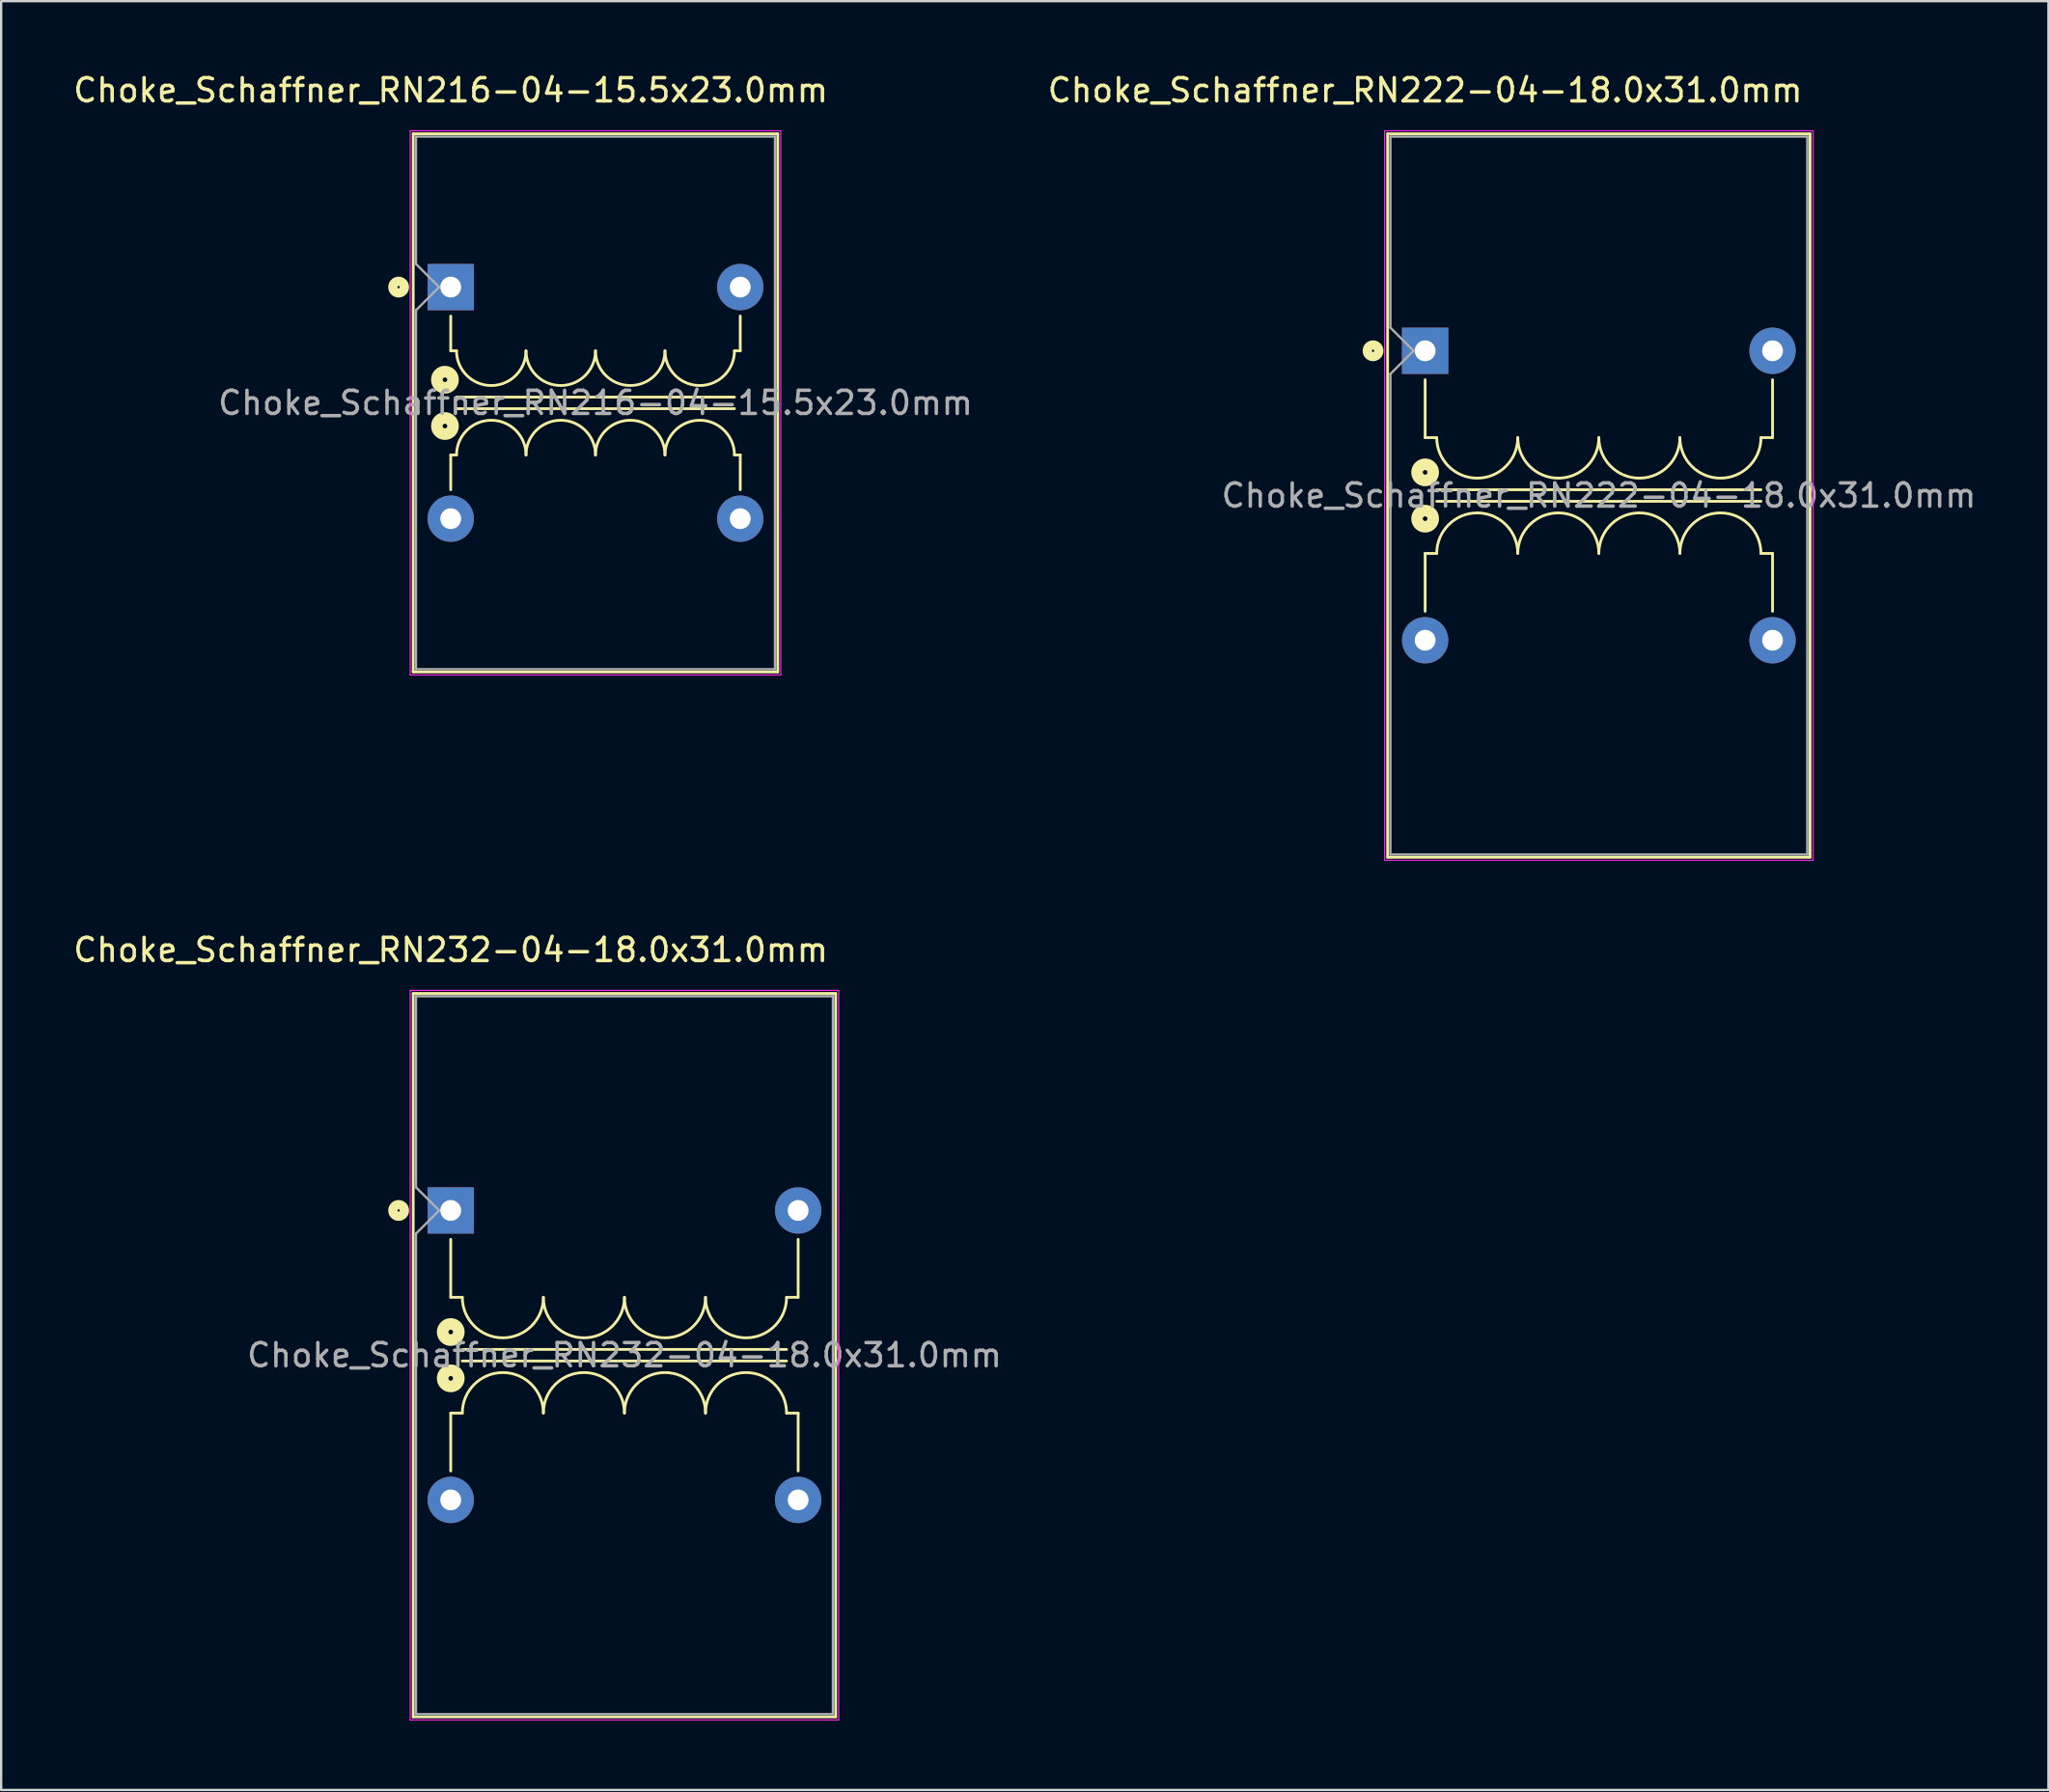
<source format=kicad_pcb>
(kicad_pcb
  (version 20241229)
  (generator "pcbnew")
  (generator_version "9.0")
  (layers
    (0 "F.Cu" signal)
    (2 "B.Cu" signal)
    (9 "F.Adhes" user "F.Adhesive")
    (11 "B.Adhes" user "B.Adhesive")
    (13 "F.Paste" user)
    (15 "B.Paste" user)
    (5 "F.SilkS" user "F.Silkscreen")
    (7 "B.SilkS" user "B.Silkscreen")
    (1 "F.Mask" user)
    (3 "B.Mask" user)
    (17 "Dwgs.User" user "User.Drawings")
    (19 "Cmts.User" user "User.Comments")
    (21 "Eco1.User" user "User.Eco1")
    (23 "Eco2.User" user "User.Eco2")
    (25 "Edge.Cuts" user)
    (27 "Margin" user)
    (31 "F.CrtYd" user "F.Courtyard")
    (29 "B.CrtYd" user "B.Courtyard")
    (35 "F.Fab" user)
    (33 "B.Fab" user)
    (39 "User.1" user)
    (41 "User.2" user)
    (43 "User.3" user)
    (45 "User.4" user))
  (footprint "Choke_Schaffner_RN222-04-18.0x31.0mm"
    (layer "F.Cu")
    (at 58.482 12.098)
    (property "Reference" "Choke_Schaffner_RN222-04-18.0x31.0mm" (at 0 -11.25 0) (layer "F.SilkS") (effects (font (size 1 1) (thickness 0.15))))
    (attr through_hole)
    (fp_line (start -1.62 -9.37) (end 16.62 -9.37) (stroke (width 0.12) (type solid)) (layer "F.SilkS"))
    (fp_line (start -1.62 21.87) (end -1.62 -9.37) (stroke (width 0.12) (type solid)) (layer "F.SilkS"))
    (fp_line (start 0 3.75) (end 0 1.25) (stroke (width 0.12) (type solid)) (layer "F.SilkS"))
    (fp_line (start 0 8.75) (end 0 11.25) (stroke (width 0.12) (type solid)) (layer "F.SilkS"))
    (fp_line (start 0.5 3.75) (end 0 3.75) (stroke (width 0.12) (type solid)) (layer "F.SilkS"))
    (fp_line (start 0.5 6.5) (end 14.5 6.5) (stroke (width 0.12) (type solid)) (layer "F.SilkS"))
    (fp_line (start 0.5 8.75) (end 0 8.75) (stroke (width 0.12) (type solid)) (layer "F.SilkS"))
    (fp_line (start 14.5 3.75) (end 15 3.75) (stroke (width 0.12) (type solid)) (layer "F.SilkS"))
    (fp_line (start 14.5 6) (end 0.5 6) (stroke (width 0.12) (type solid)) (layer "F.SilkS"))
    (fp_line (start 14.5 8.75) (end 15 8.75) (stroke (width 0.12) (type solid)) (layer "F.SilkS"))
    (fp_line (start 15 3.75) (end 15 1.25) (stroke (width 0.12) (type solid)) (layer "F.SilkS"))
    (fp_line (start 15 8.75) (end 15 11.25) (stroke (width 0.12) (type solid)) (layer "F.SilkS"))
    (fp_line (start 16.62 -9.37) (end 16.62 21.87) (stroke (width 0.12) (type solid)) (layer "F.SilkS"))
    (fp_line (start 16.62 21.87) (end -1.62 21.87) (stroke (width 0.12) (type solid)) (layer "F.SilkS"))
    (fp_arc (start 0.5 8.75) (mid 2.25 7) (end 4 8.75) (stroke (width 0.12) (type solid)) (layer "F.SilkS"))
    (fp_arc (start 4 3.75) (mid 2.25 5.5) (end 0.5 3.75) (stroke (width 0.12) (type solid)) (layer "F.SilkS"))
    (fp_arc (start 4 8.75) (mid 5.75 7) (end 7.5 8.75) (stroke (width 0.12) (type solid)) (layer "F.SilkS"))
    (fp_arc (start 7.5 3.75) (mid 5.75 5.5) (end 4 3.75) (stroke (width 0.12) (type solid)) (layer "F.SilkS"))
    (fp_arc (start 7.5 8.75) (mid 9.25 7) (end 11 8.75) (stroke (width 0.12) (type solid)) (layer "F.SilkS"))
    (fp_arc (start 11 3.75) (mid 9.25 5.5) (end 7.5 3.75) (stroke (width 0.12) (type solid)) (layer "F.SilkS"))
    (fp_arc (start 11 8.75) (mid 12.75 7) (end 14.5 8.75) (stroke (width 0.12) (type solid)) (layer "F.SilkS"))
    (fp_arc (start 14.5 3.75) (mid 12.75 5.5) (end 11 3.75) (stroke (width 0.12) (type solid)) (layer "F.SilkS"))
    (fp_circle (center -2.25 0) (end -2.2 0) (stroke (width 0.4) (type solid)) (fill no) (layer "F.SilkS"))
    (fp_circle (center 0 5.25) (end 0.1 5.25) (stroke (width 0.5) (type solid)) (fill no) (layer "F.SilkS"))
    (fp_circle (center 0 7.25) (end 0.1 7.25) (stroke (width 0.5) (type solid)) (fill no) (layer "F.SilkS"))
    (fp_line (start -1.75 -9.5) (end -1.75 22) (stroke (width 0.05) (type solid)) (layer "F.CrtYd"))
    (fp_line (start -1.75 22) (end 16.75 22) (stroke (width 0.05) (type solid)) (layer "F.CrtYd"))
    (fp_line (start 16.75 -9.5) (end -1.75 -9.5) (stroke (width 0.05) (type solid)) (layer "F.CrtYd"))
    (fp_line (start 16.75 22) (end 16.75 -9.5) (stroke (width 0.05) (type solid)) (layer "F.CrtYd"))
    (fp_line (start -1.5 -9.25) (end 16.5 -9.25) (stroke (width 0.1) (type solid)) (layer "F.Fab"))
    (fp_line (start -1.5 -1) (end -1.5 -9.25) (stroke (width 0.1) (type solid)) (layer "F.Fab"))
    (fp_line (start -1.5 1) (end -0.5 0) (stroke (width 0.1) (type solid)) (layer "F.Fab"))
    (fp_line (start -1.5 21.75) (end -1.5 1) (stroke (width 0.1) (type solid)) (layer "F.Fab"))
    (fp_line (start -0.5 0) (end -1.5 -1) (stroke (width 0.1) (type solid)) (layer "F.Fab"))
    (fp_line (start 16.5 -9.25) (end 16.5 21.75) (stroke (width 0.1) (type solid)) (layer "F.Fab"))
    (fp_line (start 16.5 21.75) (end -1.5 21.75) (stroke (width 0.1) (type solid)) (layer "F.Fab"))
    (fp_text user "${REFERENCE}" (at 7.5 6.25 0) (layer "F.Fab") (effects (font (size 1 1) (thickness 0.15))))
    (pad "1" thru_hole rect (at 0 0) (size 2 2) (drill 0.9) (layers "*.Cu" "*.Mask"))
    (pad "2" thru_hole circle (at 15 0) (size 2 2) (drill 0.9) (layers "*.Cu" "*.Mask"))
    (pad "3" thru_hole circle (at 0 12.5) (size 2 2) (drill 0.9) (layers "*.Cu" "*.Mask"))
    (pad "4" thru_hole circle (at 15 12.5) (size 2 2) (drill 0.9) (layers "*.Cu" "*.Mask")))
  (footprint "Choke_Schaffner_RN216-04-15.5x23.0mm"
    (layer "F.Cu")
    (at 16.411 9.348)
    (property "Reference" "Choke_Schaffner_RN216-04-15.5x23.0mm" (at 0 -8.5 0) (layer "F.SilkS") (effects (font (size 1 1) (thickness 0.15))))
    (attr through_hole)
    (fp_line (start -1.62 -6.62) (end 14.12 -6.62) (stroke (width 0.12) (type solid)) (layer "F.SilkS"))
    (fp_line (start -1.62 16.62) (end -1.62 -6.62) (stroke (width 0.12) (type solid)) (layer "F.SilkS"))
    (fp_line (start 0 2.75) (end 0 1.25) (stroke (width 0.12) (type solid)) (layer "F.SilkS"))
    (fp_line (start 0 7.25) (end 0 8.75) (stroke (width 0.12) (type solid)) (layer "F.SilkS"))
    (fp_line (start 0.25 2.75) (end 0 2.75) (stroke (width 0.12) (type solid)) (layer "F.SilkS"))
    (fp_line (start 0.25 5.25) (end 12.25 5.25) (stroke (width 0.12) (type solid)) (layer "F.SilkS"))
    (fp_line (start 0.25 7.25) (end 0 7.25) (stroke (width 0.12) (type solid)) (layer "F.SilkS"))
    (fp_line (start 12.25 2.75) (end 12.5 2.75) (stroke (width 0.12) (type solid)) (layer "F.SilkS"))
    (fp_line (start 12.25 4.75) (end 0.25 4.75) (stroke (width 0.12) (type solid)) (layer "F.SilkS"))
    (fp_line (start 12.25 7.25) (end 12.5 7.25) (stroke (width 0.12) (type solid)) (layer "F.SilkS"))
    (fp_line (start 12.5 2.75) (end 12.5 1.25) (stroke (width 0.12) (type solid)) (layer "F.SilkS"))
    (fp_line (start 12.5 7.25) (end 12.5 8.75) (stroke (width 0.12) (type solid)) (layer "F.SilkS"))
    (fp_line (start 14.12 -6.62) (end 14.12 16.62) (stroke (width 0.12) (type solid)) (layer "F.SilkS"))
    (fp_line (start 14.12 16.62) (end -1.62 16.62) (stroke (width 0.12) (type solid)) (layer "F.SilkS"))
    (fp_arc (start 0.25 7.25) (mid 1.75 5.75) (end 3.25 7.25) (stroke (width 0.12) (type solid)) (layer "F.SilkS"))
    (fp_arc (start 3.25 2.75) (mid 1.75 4.25) (end 0.25 2.75) (stroke (width 0.12) (type solid)) (layer "F.SilkS"))
    (fp_arc (start 3.25 7.25) (mid 4.75 5.75) (end 6.25 7.25) (stroke (width 0.12) (type solid)) (layer "F.SilkS"))
    (fp_arc (start 6.25 2.75) (mid 4.75 4.25) (end 3.25 2.75) (stroke (width 0.12) (type solid)) (layer "F.SilkS"))
    (fp_arc (start 6.25 7.25) (mid 7.75 5.75) (end 9.25 7.25) (stroke (width 0.12) (type solid)) (layer "F.SilkS"))
    (fp_arc (start 9.25 2.75) (mid 7.75 4.25) (end 6.25 2.75) (stroke (width 0.12) (type solid)) (layer "F.SilkS"))
    (fp_arc (start 9.25 7.25) (mid 10.75 5.75) (end 12.25 7.25) (stroke (width 0.12) (type solid)) (layer "F.SilkS"))
    (fp_arc (start 12.25 2.75) (mid 10.75 4.25) (end 9.25 2.75) (stroke (width 0.12) (type solid)) (layer "F.SilkS"))
    (fp_circle (center -2.25 0) (end -2.2 0) (stroke (width 0.4) (type solid)) (fill no) (layer "F.SilkS"))
    (fp_circle (center -0.25 4) (end -0.15 4) (stroke (width 0.5) (type solid)) (fill no) (layer "F.SilkS"))
    (fp_circle (center -0.25 6) (end -0.15 6) (stroke (width 0.5) (type solid)) (fill no) (layer "F.SilkS"))
    (fp_line (start -1.75 -6.75) (end -1.75 16.75) (stroke (width 0.05) (type solid)) (layer "F.CrtYd"))
    (fp_line (start -1.75 16.75) (end 14.25 16.75) (stroke (width 0.05) (type solid)) (layer "F.CrtYd"))
    (fp_line (start 14.25 -6.75) (end -1.75 -6.75) (stroke (width 0.05) (type solid)) (layer "F.CrtYd"))
    (fp_line (start 14.25 16.75) (end 14.25 -6.75) (stroke (width 0.05) (type solid)) (layer "F.CrtYd"))
    (fp_line (start -1.5 -6.5) (end 14 -6.5) (stroke (width 0.1) (type solid)) (layer "F.Fab"))
    (fp_line (start -1.5 -1) (end -1.5 -6.5) (stroke (width 0.1) (type solid)) (layer "F.Fab"))
    (fp_line (start -1.5 1) (end -0.5 0) (stroke (width 0.1) (type solid)) (layer "F.Fab"))
    (fp_line (start -1.5 16.5) (end -1.5 1) (stroke (width 0.1) (type solid)) (layer "F.Fab"))
    (fp_line (start -0.5 0) (end -1.5 -1) (stroke (width 0.1) (type solid)) (layer "F.Fab"))
    (fp_line (start 14 -6.5) (end 14 16.5) (stroke (width 0.1) (type solid)) (layer "F.Fab"))
    (fp_line (start 14 16.5) (end -1.5 16.5) (stroke (width 0.1) (type solid)) (layer "F.Fab"))
    (fp_text user "${REFERENCE}" (at 6.25 5 0) (layer "F.Fab") (effects (font (size 1 1) (thickness 0.15))))
    (pad "1" thru_hole rect (at 0 0) (size 2 2) (drill 0.9) (layers "*.Cu" "*.Mask"))
    (pad "2" thru_hole circle (at 12.5 0) (size 2 2) (drill 0.9) (layers "*.Cu" "*.Mask"))
    (pad "3" thru_hole circle (at 0 10) (size 2 2) (drill 0.9) (layers "*.Cu" "*.Mask"))
    (pad "4" thru_hole circle (at 12.5 10) (size 2 2) (drill 0.9) (layers "*.Cu" "*.Mask")))
  (footprint "Choke_Schaffner_RN232-04-18.0x31.0mm"
    (layer "F.Cu")
    (at 16.411 49.221)
    (property "Reference" "Choke_Schaffner_RN232-04-18.0x31.0mm" (at 0 -11.25 0) (layer "F.SilkS") (effects (font (size 1 1) (thickness 0.15))))
    (attr through_hole)
    (fp_line (start -1.62 -9.37) (end 16.62 -9.37) (stroke (width 0.12) (type solid)) (layer "F.SilkS"))
    (fp_line (start -1.62 21.87) (end -1.62 -9.37) (stroke (width 0.12) (type solid)) (layer "F.SilkS"))
    (fp_line (start 0 3.75) (end 0 1.25) (stroke (width 0.12) (type solid)) (layer "F.SilkS"))
    (fp_line (start 0 8.75) (end 0 11.25) (stroke (width 0.12) (type solid)) (layer "F.SilkS"))
    (fp_line (start 0.5 3.75) (end 0 3.75) (stroke (width 0.12) (type solid)) (layer "F.SilkS"))
    (fp_line (start 0.5 6.5) (end 14.5 6.5) (stroke (width 0.12) (type solid)) (layer "F.SilkS"))
    (fp_line (start 0.5 8.75) (end 0 8.75) (stroke (width 0.12) (type solid)) (layer "F.SilkS"))
    (fp_line (start 14.5 3.75) (end 15 3.75) (stroke (width 0.12) (type solid)) (layer "F.SilkS"))
    (fp_line (start 14.5 6) (end 0.5 6) (stroke (width 0.12) (type solid)) (layer "F.SilkS"))
    (fp_line (start 14.5 8.75) (end 15 8.75) (stroke (width 0.12) (type solid)) (layer "F.SilkS"))
    (fp_line (start 15 3.75) (end 15 1.25) (stroke (width 0.12) (type solid)) (layer "F.SilkS"))
    (fp_line (start 15 8.75) (end 15 11.25) (stroke (width 0.12) (type solid)) (layer "F.SilkS"))
    (fp_line (start 16.62 -9.37) (end 16.62 21.87) (stroke (width 0.12) (type solid)) (layer "F.SilkS"))
    (fp_line (start 16.62 21.87) (end -1.62 21.87) (stroke (width 0.12) (type solid)) (layer "F.SilkS"))
    (fp_arc (start 0.5 8.75) (mid 2.25 7) (end 4 8.75) (stroke (width 0.12) (type solid)) (layer "F.SilkS"))
    (fp_arc (start 4 3.75) (mid 2.25 5.5) (end 0.5 3.75) (stroke (width 0.12) (type solid)) (layer "F.SilkS"))
    (fp_arc (start 4 8.75) (mid 5.75 7) (end 7.5 8.75) (stroke (width 0.12) (type solid)) (layer "F.SilkS"))
    (fp_arc (start 7.5 3.75) (mid 5.75 5.5) (end 4 3.75) (stroke (width 0.12) (type solid)) (layer "F.SilkS"))
    (fp_arc (start 7.5 8.75) (mid 9.25 7) (end 11 8.75) (stroke (width 0.12) (type solid)) (layer "F.SilkS"))
    (fp_arc (start 11 3.75) (mid 9.25 5.5) (end 7.5 3.75) (stroke (width 0.12) (type solid)) (layer "F.SilkS"))
    (fp_arc (start 11 8.75) (mid 12.75 7) (end 14.5 8.75) (stroke (width 0.12) (type solid)) (layer "F.SilkS"))
    (fp_arc (start 14.5 3.75) (mid 12.75 5.5) (end 11 3.75) (stroke (width 0.12) (type solid)) (layer "F.SilkS"))
    (fp_circle (center -2.25 0) (end -2.2 0) (stroke (width 0.4) (type solid)) (fill no) (layer "F.SilkS"))
    (fp_circle (center 0 5.25) (end 0.1 5.25) (stroke (width 0.5) (type solid)) (fill no) (layer "F.SilkS"))
    (fp_circle (center 0 7.25) (end 0.1 7.25) (stroke (width 0.5) (type solid)) (fill no) (layer "F.SilkS"))
    (fp_line (start -1.75 -9.5) (end -1.75 22) (stroke (width 0.05) (type solid)) (layer "F.CrtYd"))
    (fp_line (start -1.75 22) (end 16.75 22) (stroke (width 0.05) (type solid)) (layer "F.CrtYd"))
    (fp_line (start 16.75 -9.5) (end -1.75 -9.5) (stroke (width 0.05) (type solid)) (layer "F.CrtYd"))
    (fp_line (start 16.75 22) (end 16.75 -9.5) (stroke (width 0.05) (type solid)) (layer "F.CrtYd"))
    (fp_line (start -1.5 -9.25) (end 16.5 -9.25) (stroke (width 0.1) (type solid)) (layer "F.Fab"))
    (fp_line (start -1.5 -1) (end -1.5 -9.25) (stroke (width 0.1) (type solid)) (layer "F.Fab"))
    (fp_line (start -1.5 1) (end -0.5 0) (stroke (width 0.1) (type solid)) (layer "F.Fab"))
    (fp_line (start -1.5 21.75) (end -1.5 1) (stroke (width 0.1) (type solid)) (layer "F.Fab"))
    (fp_line (start -0.5 0) (end -1.5 -1) (stroke (width 0.1) (type solid)) (layer "F.Fab"))
    (fp_line (start 16.5 -9.25) (end 16.5 21.75) (stroke (width 0.1) (type solid)) (layer "F.Fab"))
    (fp_line (start 16.5 21.75) (end -1.5 21.75) (stroke (width 0.1) (type solid)) (layer "F.Fab"))
    (fp_text user "${REFERENCE}" (at 7.5 6.25 0) (layer "F.Fab") (effects (font (size 1 1) (thickness 0.15))))
    (pad "1" thru_hole rect (at 0 0) (size 2 2) (drill 0.9) (layers "*.Cu" "*.Mask"))
    (pad "2" thru_hole circle (at 15 0) (size 2 2) (drill 0.9) (layers "*.Cu" "*.Mask"))
    (pad "3" thru_hole circle (at 0 12.5) (size 2 2) (drill 0.9) (layers "*.Cu" "*.Mask"))
    (pad "4" thru_hole circle (at 15 12.5) (size 2 2) (drill 0.9) (layers "*.Cu" "*.Mask")))
  (gr_rect
    (start -3 -3)
    (end 85.393 74.246)
    (stroke (width 0.1) (type default))
    (fill no)
    (layer "Edge.Cuts")))
</source>
